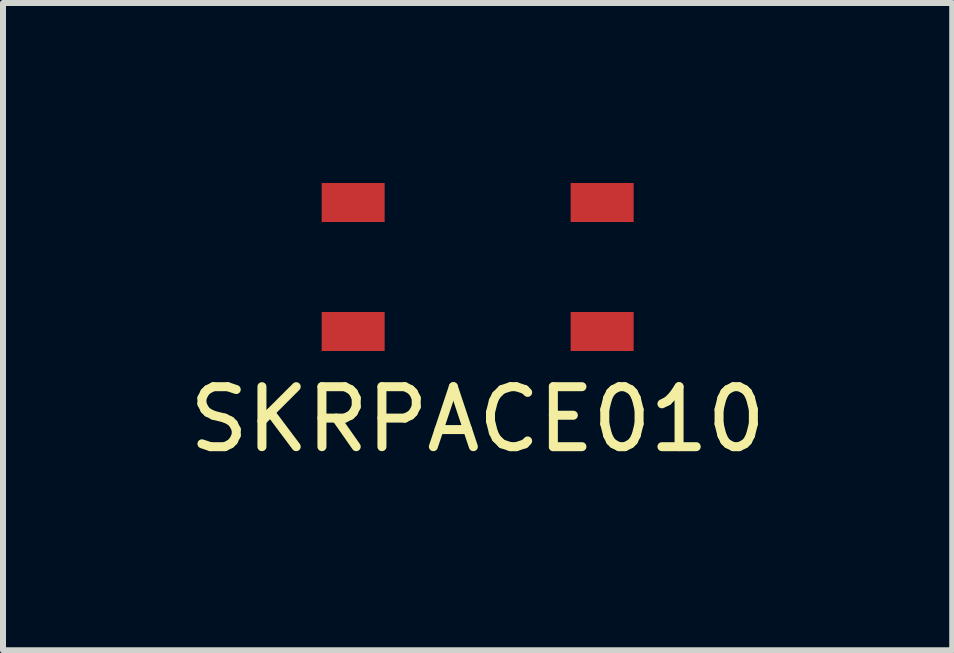
<source format=kicad_pcb>
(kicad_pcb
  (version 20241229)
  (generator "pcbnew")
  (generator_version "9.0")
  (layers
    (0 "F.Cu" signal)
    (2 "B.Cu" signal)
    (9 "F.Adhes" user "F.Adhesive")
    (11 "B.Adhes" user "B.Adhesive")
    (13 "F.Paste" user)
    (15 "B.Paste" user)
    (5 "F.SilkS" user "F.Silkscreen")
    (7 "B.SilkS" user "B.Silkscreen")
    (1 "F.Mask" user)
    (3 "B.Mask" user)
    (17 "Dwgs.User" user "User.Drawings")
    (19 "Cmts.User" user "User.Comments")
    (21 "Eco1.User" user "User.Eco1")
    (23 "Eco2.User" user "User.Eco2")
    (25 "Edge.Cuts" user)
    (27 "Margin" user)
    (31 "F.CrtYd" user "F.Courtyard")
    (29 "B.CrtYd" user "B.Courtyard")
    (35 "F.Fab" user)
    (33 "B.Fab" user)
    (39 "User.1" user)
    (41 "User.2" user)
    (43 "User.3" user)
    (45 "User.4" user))
  (footprint "SKRPACE010"
    (layer "F.Cu")
    (at 4.911 1.4)
    (property "Reference" "SKRPACE010" (at 0 2.54 0) (layer "F.SilkS") (effects (font (size 1 1) (thickness 0.15))))
    (attr through_hole)
    (pad "1" smd rect (at -2.075 -1.075) (size 1.05 0.65) (layers "F.Cu" "F.Mask" "F.Paste"))
    (pad "2" smd rect (at -2.075 1.075) (size 1.05 0.65) (layers "F.Cu" "F.Mask" "F.Paste"))
    (pad "3" smd rect (at 2.075 -1.075) (size 1.05 0.65) (layers "F.Cu" "F.Mask" "F.Paste"))
    (pad "4" smd rect (at 2.075 1.075) (size 1.05 0.65) (layers "F.Cu" "F.Mask" "F.Paste")))
  (gr_rect
    (start -3 -3)
    (end 12.821 7.788)
    (stroke (width 0.1) (type default))
    (fill no)
    (layer "Edge.Cuts")))
</source>
